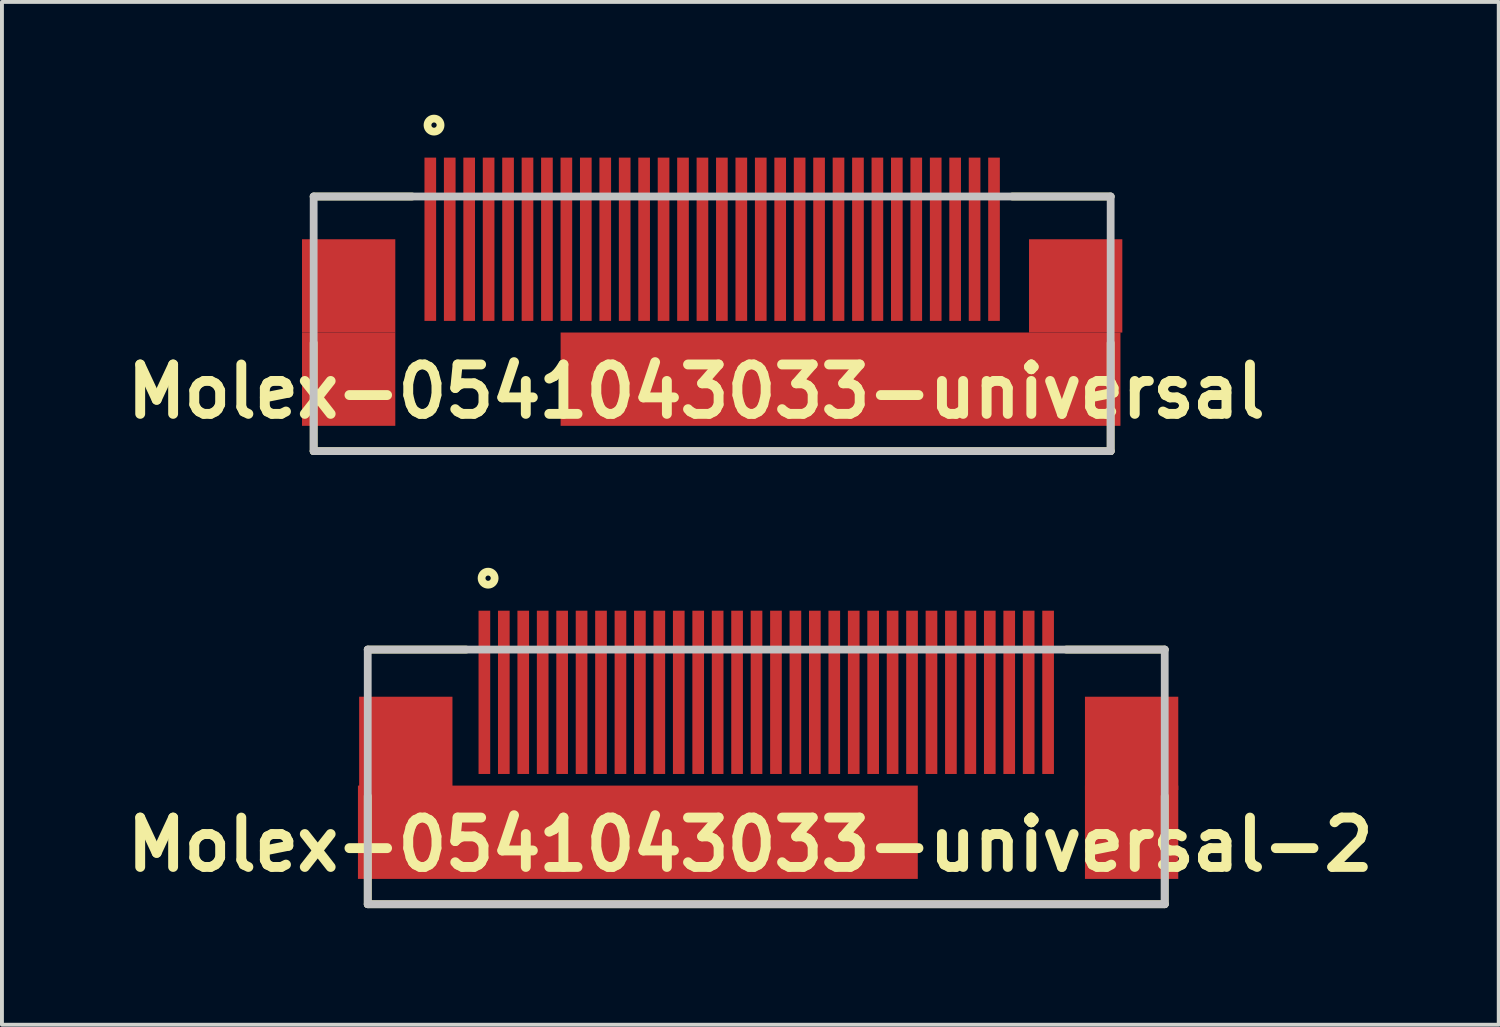
<source format=kicad_pcb>
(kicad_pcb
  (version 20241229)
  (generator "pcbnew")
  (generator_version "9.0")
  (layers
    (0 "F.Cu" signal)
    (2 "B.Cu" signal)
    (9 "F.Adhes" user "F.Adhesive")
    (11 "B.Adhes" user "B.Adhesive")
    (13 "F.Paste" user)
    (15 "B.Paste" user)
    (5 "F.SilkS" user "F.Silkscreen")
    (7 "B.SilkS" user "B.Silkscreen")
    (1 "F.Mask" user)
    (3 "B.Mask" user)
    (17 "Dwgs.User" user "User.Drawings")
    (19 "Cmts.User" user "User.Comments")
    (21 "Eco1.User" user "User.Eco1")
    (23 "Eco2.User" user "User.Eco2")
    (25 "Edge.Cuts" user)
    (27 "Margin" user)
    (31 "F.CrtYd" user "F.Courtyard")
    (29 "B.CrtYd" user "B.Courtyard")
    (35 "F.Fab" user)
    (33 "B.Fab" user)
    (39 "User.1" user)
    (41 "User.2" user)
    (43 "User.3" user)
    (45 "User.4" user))
  (footprint "Molex-0541043033-universal-2"
    (layer "F.Cu")
    (at 16.659 13.658)
    (property "Reference" "Molex-0541043033-universal-2" (at -0.409 5.017 0) (layer "F.SilkS") (effects (font (size 1.27 1.27) (thickness 0.254))))
    (attr smd)
    (fp_poly (pts (xy 8.128 1.143) (xy 10.668 1.143) (xy 10.668 6.096) (xy 8.128 6.096)) (stroke (width 0.15) (type solid)) (fill yes) (layer "F.Mask"))
    (fp_poly (pts (xy -7.493 -1.143) (xy -7.493 3.302) (xy 7.493 3.302) (xy 7.493 -1.143) (xy -7.366 -1.143)) (stroke (width 0.15) (type solid)) (fill yes) (layer "F.Mask"))
    (fp_poly (pts (xy 3.937 3.429) (xy 3.937 5.969) (xy -10.541 5.969) (xy -10.541 1.016) (xy -8.001 1.016) (xy -8.001 3.429)) (stroke (width 0.15) (type solid)) (fill yes) (layer "F.Mask"))
    (fp_line (start -10.25 0) (end -7.717 0) (stroke (width 0.2) (type solid)) (layer "F.SilkS"))
    (fp_line (start -10.25 6.55) (end -10.25 3.766) (stroke (width 0.2) (type solid)) (layer "F.SilkS"))
    (fp_line (start -10.25 6.55) (end 10.25 6.55) (stroke (width 0.2) (type solid)) (layer "F.SilkS"))
    (fp_line (start 10.25 0) (end 7.717 0) (stroke (width 0.2) (type solid)) (layer "F.SilkS"))
    (fp_line (start 10.25 6.55) (end 10.25 3.766) (stroke (width 0.2) (type solid)) (layer "F.SilkS"))
    (fp_circle (center -7.154 -1.836) (end -7.154 -1.768) (stroke (width 0.2) (type solid)) (fill no) (layer "F.SilkS"))
    (fp_line (start -10.25 0) (end 10.25 0) (stroke (width 0.2) (type solid)) (layer "Dwgs.User"))
    (fp_line (start -10.25 6.55) (end -10.25 0) (stroke (width 0.2) (type solid)) (layer "Dwgs.User"))
    (fp_line (start 10.25 0) (end 10.25 6.55) (stroke (width 0.2) (type solid)) (layer "Dwgs.User"))
    (fp_line (start 10.25 6.55) (end -10.25 6.55) (stroke (width 0.2) (type solid)) (layer "Dwgs.User"))
    (pad "1" smd rect (at -7.25 1.1) (size 0.3 4.2) (layers "F.Cu" "F.Paste"))
    (pad "2" smd rect (at -6.75 1.1) (size 0.3 4.2) (layers "F.Cu" "F.Paste"))
    (pad "3" smd rect (at -6.25 1.1) (size 0.3 4.2) (layers "F.Cu" "F.Paste"))
    (pad "4" smd rect (at -5.75 1.1) (size 0.3 4.2) (layers "F.Cu" "F.Paste"))
    (pad "5" smd rect (at -5.25 1.1) (size 0.3 4.2) (layers "F.Cu" "F.Paste"))
    (pad "6" smd rect (at -4.75 1.1) (size 0.3 4.2) (layers "F.Cu" "F.Paste"))
    (pad "7" smd rect (at -4.25 1.1) (size 0.3 4.2) (layers "F.Cu" "F.Paste"))
    (pad "8" smd rect (at -3.75 1.1) (size 0.3 4.2) (layers "F.Cu" "F.Paste"))
    (pad "9" smd rect (at -3.25 1.1) (size 0.3 4.2) (layers "F.Cu" "F.Paste"))
    (pad "10" smd rect (at -2.75 1.1) (size 0.3 4.2) (layers "F.Cu" "F.Paste"))
    (pad "11" smd rect (at -2.25 1.1) (size 0.3 4.2) (layers "F.Cu" "F.Paste"))
    (pad "12" smd rect (at -1.75 1.1) (size 0.3 4.2) (layers "F.Cu" "F.Paste"))
    (pad "13" smd rect (at -1.25 1.1) (size 0.3 4.2) (layers "F.Cu" "F.Paste"))
    (pad "14" smd rect (at -0.75 1.1) (size 0.3 4.2) (layers "F.Cu" "F.Paste"))
    (pad "15" smd rect (at -0.25 1.1) (size 0.3 4.2) (layers "F.Cu" "F.Paste"))
    (pad "16" smd rect (at 0.25 1.1) (size 0.3 4.2) (layers "F.Cu" "F.Paste"))
    (pad "17" smd rect (at 0.75 1.1) (size 0.3 4.2) (layers "F.Cu" "F.Paste"))
    (pad "18" smd rect (at 1.25 1.1) (size 0.3 4.2) (layers "F.Cu" "F.Paste"))
    (pad "19" smd rect (at 1.75 1.1) (size 0.3 4.2) (layers "F.Cu" "F.Paste"))
    (pad "20" smd rect (at 2.25 1.1) (size 0.3 4.2) (layers "F.Cu" "F.Paste"))
    (pad "21" smd rect (at 2.75 1.1) (size 0.3 4.2) (layers "F.Cu" "F.Paste"))
    (pad "22" smd rect (at 3.25 1.1) (size 0.3 4.2) (layers "F.Cu" "F.Paste"))
    (pad "23" smd rect (at 3.75 1.1) (size 0.3 4.2) (layers "F.Cu" "F.Paste"))
    (pad "24" smd rect (at 4.25 1.1) (size 0.3 4.2) (layers "F.Cu" "F.Paste"))
    (pad "25" smd rect (at 4.75 1.1) (size 0.3 4.2) (layers "F.Cu" "F.Paste"))
    (pad "26" smd rect (at 5.25 1.1) (size 0.3 4.2) (layers "F.Cu" "F.Paste"))
    (pad "27" smd rect (at 5.75 1.1) (size 0.3 4.2) (layers "F.Cu" "F.Paste"))
    (pad "28" smd rect (at 6.25 1.1) (size 0.3 4.2) (layers "F.Cu" "F.Paste"))
    (pad "29" smd rect (at 6.75 1.1) (size 0.3 4.2) (layers "F.Cu" "F.Paste"))
    (pad "30" smd rect (at 7.25 1.1) (size 0.3 4.2) (layers "F.Cu" "F.Paste"))
    (pad "31" smd rect (at -9.271 2.413 90) (size 2.4 2.4) (layers "F.Cu" "F.Paste"))
    (pad "31" smd rect (at 9.398 4.699 90) (size 2.4 2.4) (layers "F.Cu" "F.Paste"))
    (pad "32" smd rect (at -3.302 4.699 90) (size 2.4 14.4) (layers "F.Cu" "F.Paste"))
    (pad "32" smd rect (at 9.398 2.413 90) (size 2.4 2.4) (layers "F.Cu" "F.Paste")))
  (footprint "Molex-0541043033-universal"
    (layer "F.Cu")
    (at 15.268 2.004)
    (property "Reference" "Molex-0541043033-universal" (at -0.409 5.017 0) (layer "F.SilkS") (effects (font (size 1.27 1.27) (thickness 0.254))))
    (attr smd)
    (fp_poly (pts (xy -10.668 1.016) (xy -8.128 1.016) (xy -8.128 5.969) (xy -10.668 5.969)) (stroke (width 0.15) (type solid)) (fill yes) (layer "F.Mask"))
    (fp_poly (pts (xy -7.493 -1.143) (xy -7.493 3.302) (xy 7.493 3.302) (xy 7.493 -1.143) (xy -7.366 -1.143)) (stroke (width 0.15) (type solid)) (fill yes) (layer "F.Mask"))
    (fp_poly (pts (xy -3.937 3.429) (xy -3.937 5.969) (xy 10.541 5.969) (xy 10.541 1.016) (xy 8.001 1.016) (xy 8.001 3.429)) (stroke (width 0.15) (type solid)) (fill yes) (layer "F.Mask"))
    (fp_line (start -10.25 0) (end -7.717 0) (stroke (width 0.2) (type solid)) (layer "F.SilkS"))
    (fp_line (start -10.25 6.55) (end -10.25 3.766) (stroke (width 0.2) (type solid)) (layer "F.SilkS"))
    (fp_line (start -10.25 6.55) (end 10.25 6.55) (stroke (width 0.2) (type solid)) (layer "F.SilkS"))
    (fp_line (start 10.25 0) (end 7.717 0) (stroke (width 0.2) (type solid)) (layer "F.SilkS"))
    (fp_line (start 10.25 6.55) (end 10.25 3.766) (stroke (width 0.2) (type solid)) (layer "F.SilkS"))
    (fp_circle (center -7.154 -1.836) (end -7.154 -1.768) (stroke (width 0.2) (type solid)) (fill no) (layer "F.SilkS"))
    (fp_line (start -10.25 0) (end 10.25 0) (stroke (width 0.2) (type solid)) (layer "Dwgs.User"))
    (fp_line (start -10.25 6.55) (end -10.25 0) (stroke (width 0.2) (type solid)) (layer "Dwgs.User"))
    (fp_line (start 10.25 0) (end 10.25 6.55) (stroke (width 0.2) (type solid)) (layer "Dwgs.User"))
    (fp_line (start 10.25 6.55) (end -10.25 6.55) (stroke (width 0.2) (type solid)) (layer "Dwgs.User"))
    (pad "1" smd rect (at -7.25 1.1) (size 0.3 4.2) (layers "F.Cu" "F.Paste"))
    (pad "2" smd rect (at -6.75 1.1) (size 0.3 4.2) (layers "F.Cu" "F.Paste"))
    (pad "3" smd rect (at -6.25 1.1) (size 0.3 4.2) (layers "F.Cu" "F.Paste"))
    (pad "4" smd rect (at -5.75 1.1) (size 0.3 4.2) (layers "F.Cu" "F.Paste"))
    (pad "5" smd rect (at -5.25 1.1) (size 0.3 4.2) (layers "F.Cu" "F.Paste"))
    (pad "6" smd rect (at -4.75 1.1) (size 0.3 4.2) (layers "F.Cu" "F.Paste"))
    (pad "7" smd rect (at -4.25 1.1) (size 0.3 4.2) (layers "F.Cu" "F.Paste"))
    (pad "8" smd rect (at -3.75 1.1) (size 0.3 4.2) (layers "F.Cu" "F.Paste"))
    (pad "9" smd rect (at -3.25 1.1) (size 0.3 4.2) (layers "F.Cu" "F.Paste"))
    (pad "10" smd rect (at -2.75 1.1) (size 0.3 4.2) (layers "F.Cu" "F.Paste"))
    (pad "11" smd rect (at -2.25 1.1) (size 0.3 4.2) (layers "F.Cu" "F.Paste"))
    (pad "12" smd rect (at -1.75 1.1) (size 0.3 4.2) (layers "F.Cu" "F.Paste"))
    (pad "13" smd rect (at -1.25 1.1) (size 0.3 4.2) (layers "F.Cu" "F.Paste"))
    (pad "14" smd rect (at -0.75 1.1) (size 0.3 4.2) (layers "F.Cu" "F.Paste"))
    (pad "15" smd rect (at -0.25 1.1) (size 0.3 4.2) (layers "F.Cu" "F.Paste"))
    (pad "16" smd rect (at 0.25 1.1) (size 0.3 4.2) (layers "F.Cu" "F.Paste"))
    (pad "17" smd rect (at 0.75 1.1) (size 0.3 4.2) (layers "F.Cu" "F.Paste"))
    (pad "18" smd rect (at 1.25 1.1) (size 0.3 4.2) (layers "F.Cu" "F.Paste"))
    (pad "19" smd rect (at 1.75 1.1) (size 0.3 4.2) (layers "F.Cu" "F.Paste"))
    (pad "20" smd rect (at 2.25 1.1) (size 0.3 4.2) (layers "F.Cu" "F.Paste"))
    (pad "21" smd rect (at 2.75 1.1) (size 0.3 4.2) (layers "F.Cu" "F.Paste"))
    (pad "22" smd rect (at 3.25 1.1) (size 0.3 4.2) (layers "F.Cu" "F.Paste"))
    (pad "23" smd rect (at 3.75 1.1) (size 0.3 4.2) (layers "F.Cu" "F.Paste"))
    (pad "24" smd rect (at 4.25 1.1) (size 0.3 4.2) (layers "F.Cu" "F.Paste"))
    (pad "25" smd rect (at 4.75 1.1) (size 0.3 4.2) (layers "F.Cu" "F.Paste"))
    (pad "26" smd rect (at 5.25 1.1) (size 0.3 4.2) (layers "F.Cu" "F.Paste"))
    (pad "27" smd rect (at 5.75 1.1) (size 0.3 4.2) (layers "F.Cu" "F.Paste"))
    (pad "28" smd rect (at 6.25 1.1) (size 0.3 4.2) (layers "F.Cu" "F.Paste"))
    (pad "29" smd rect (at 6.75 1.1) (size 0.3 4.2) (layers "F.Cu" "F.Paste"))
    (pad "30" smd rect (at 7.25 1.1) (size 0.3 4.2) (layers "F.Cu" "F.Paste"))
    (pad "31" smd rect (at -9.35 2.3 90) (size 2.4 2.4) (layers "F.Cu" "F.Paste"))
    (pad "31" smd rect (at -9.35 4.699 90) (size 2.4 2.4) (layers "F.Cu" "F.Paste"))
    (pad "32" smd rect (at 3.302 4.699 90) (size 2.4 14.4) (layers "F.Cu" "F.Paste"))
    (pad "32" smd rect (at 9.35 2.3 90) (size 2.4 2.4) (layers "F.Cu" "F.Paste")))
  (gr_rect
    (start -3 -3)
    (end 35.5 23.308)
    (stroke (width 0.1) (type default))
    (fill no)
    (layer "Edge.Cuts")))
</source>
